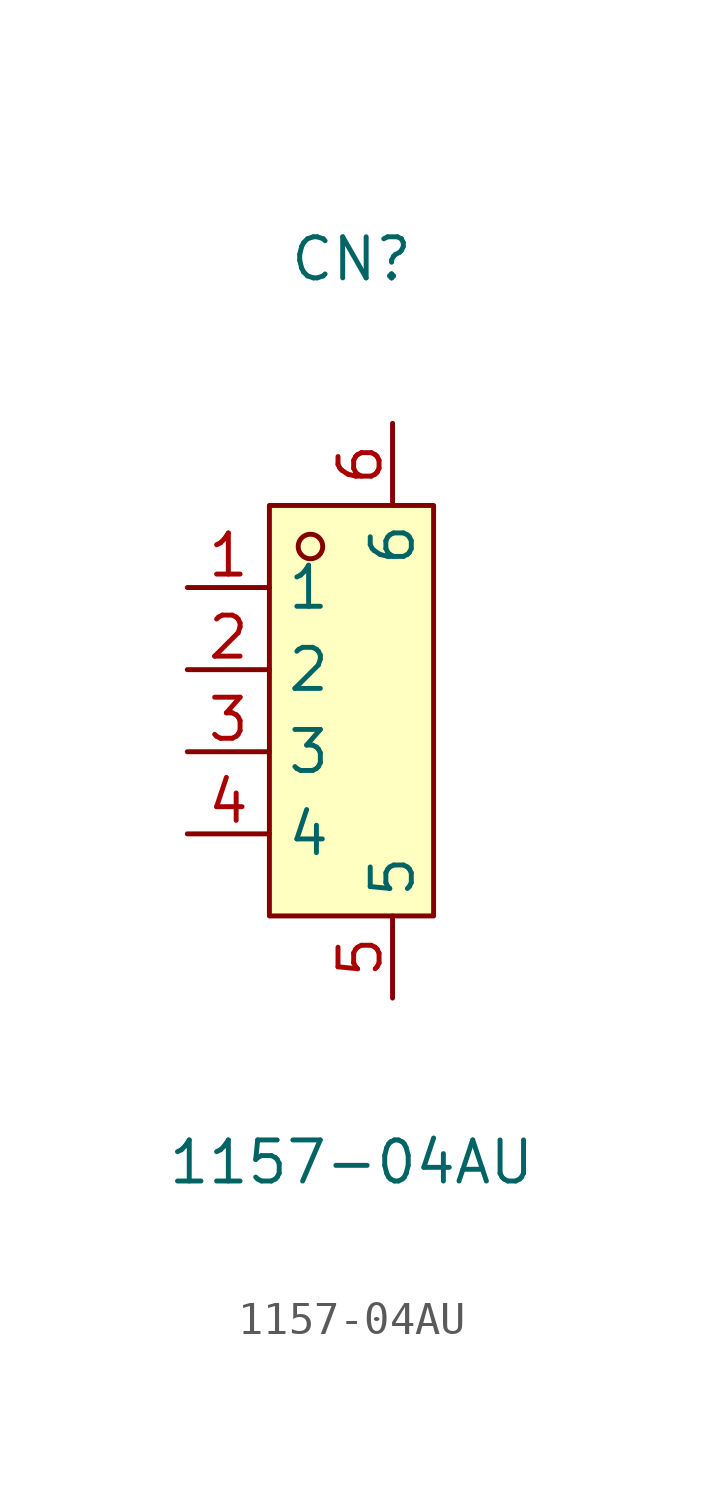
<source format=kicad_sym>
(kicad_symbol_lib
  (version 20231120)
  (generator "kicad_symbol_editor")
  (generator_version "8.0")
  (symbol "1157-04AU"
    (property "Reference" "CN"
      (at 0 13.97 0)
      (effects (font (size 1.27 1.27))))
    (property "Value" "1157-04AU"
      (at 0 -13.97 0)
      (effects (font (size 1.27 1.27))))
    (symbol "1157-04AU_0_1"
      (rectangle (start -2.54 6.35) (end 2.54 -6.35) (stroke (width 0) (type default)) (fill (type background)))
      (circle (center -1.27 5.08) (radius 0.38) (stroke (width 0) (type default)) (fill (type none))))
    (symbol "1157-04AU_1_1"
      (pin passive line (at -5.08 3.81 0) (length 2.54) (name "1" (effects (font (size 1.27 1.27)))) (number "1" (effects (font (size 1.27 1.27)))))
      (pin passive line (at -5.08 1.27 0) (length 2.54) (name "2" (effects (font (size 1.27 1.27)))) (number "2" (effects (font (size 1.27 1.27)))))
      (pin passive line (at -5.08 -1.27 0) (length 2.54) (name "3" (effects (font (size 1.27 1.27)))) (number "3" (effects (font (size 1.27 1.27)))))
      (pin passive line (at -5.08 -3.81 0) (length 2.54) (name "4" (effects (font (size 1.27 1.27)))) (number "4" (effects (font (size 1.27 1.27)))))
      (pin passive line (at 1.27 -8.89 90) (length 2.54) (name "5" (effects (font (size 1.27 1.27)))) (number "5" (effects (font (size 1.27 1.27)))))
      (pin passive line (at 1.27 8.89 270) (length 2.54) (name "6" (effects (font (size 1.27 1.27)))) (number "6" (effects (font (size 1.27 1.27))))))))
</source>
